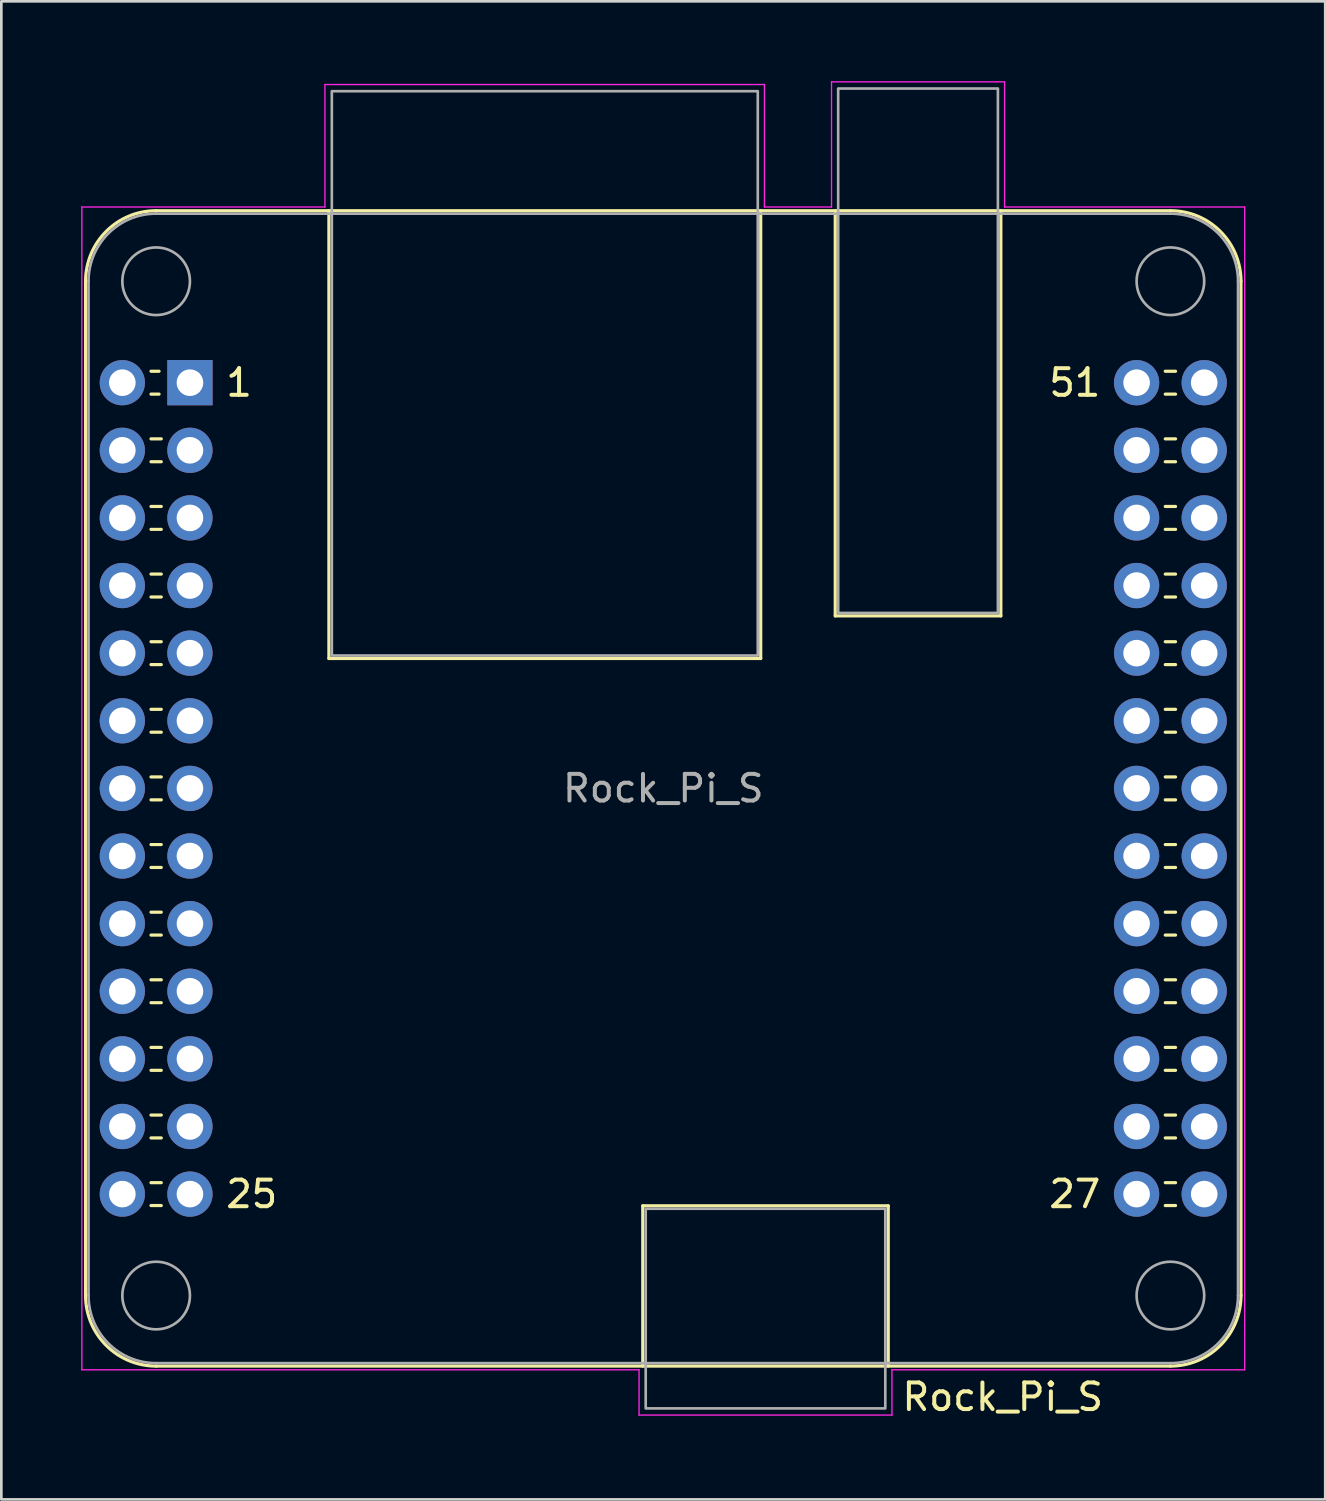
<source format=kicad_pcb>
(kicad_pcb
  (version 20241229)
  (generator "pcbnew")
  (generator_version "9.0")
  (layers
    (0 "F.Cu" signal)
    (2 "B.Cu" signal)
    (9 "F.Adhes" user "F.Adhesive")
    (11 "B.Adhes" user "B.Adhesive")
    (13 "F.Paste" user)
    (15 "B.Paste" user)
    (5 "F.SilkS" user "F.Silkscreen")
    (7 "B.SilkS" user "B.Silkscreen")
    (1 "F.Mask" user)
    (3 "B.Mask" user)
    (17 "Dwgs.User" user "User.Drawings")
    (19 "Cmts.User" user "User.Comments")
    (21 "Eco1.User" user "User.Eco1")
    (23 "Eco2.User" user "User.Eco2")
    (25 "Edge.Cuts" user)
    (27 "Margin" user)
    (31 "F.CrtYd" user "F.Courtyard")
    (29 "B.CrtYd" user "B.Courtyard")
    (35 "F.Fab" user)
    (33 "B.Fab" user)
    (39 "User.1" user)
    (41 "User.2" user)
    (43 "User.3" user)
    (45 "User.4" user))
  (footprint "Rock_Pi_S"
    (layer "F.Cu")
    (at 4.085 11.325)
    (property "Reference" "Rock_Pi_S" (at 17.78 15.24 0) (unlocked yes) (layer "F.Fab") (effects (font (size 1 1) (thickness 0.15))))
    (attr through_hole)
    (fp_line (start -3.92 -3.81) (end -3.92 34.29) (stroke (width 0.12) (type solid)) (layer "F.SilkS"))
    (fp_line (start -1.27 -6.46) (end 36.83 -6.46) (stroke (width 0.12) (type solid)) (layer "F.SilkS"))
    (fp_line (start -1.16 -0.43) (end -1.463 -0.43) (stroke (width 0.12) (type solid)) (layer "F.SilkS"))
    (fp_line (start -1.16 0.43) (end -1.463 0.43) (stroke (width 0.12) (type solid)) (layer "F.SilkS"))
    (fp_line (start -1.077 2.11) (end -1.463 2.11) (stroke (width 0.12) (type solid)) (layer "F.SilkS"))
    (fp_line (start -1.077 2.97) (end -1.463 2.97) (stroke (width 0.12) (type solid)) (layer "F.SilkS"))
    (fp_line (start -1.077 4.65) (end -1.463 4.65) (stroke (width 0.12) (type solid)) (layer "F.SilkS"))
    (fp_line (start -1.077 5.51) (end -1.463 5.51) (stroke (width 0.12) (type solid)) (layer "F.SilkS"))
    (fp_line (start -1.077 7.19) (end -1.463 7.19) (stroke (width 0.12) (type solid)) (layer "F.SilkS"))
    (fp_line (start -1.077 8.05) (end -1.463 8.05) (stroke (width 0.12) (type solid)) (layer "F.SilkS"))
    (fp_line (start -1.077 9.73) (end -1.463 9.73) (stroke (width 0.12) (type solid)) (layer "F.SilkS"))
    (fp_line (start -1.077 10.59) (end -1.463 10.59) (stroke (width 0.12) (type solid)) (layer "F.SilkS"))
    (fp_line (start -1.077 12.27) (end -1.463 12.27) (stroke (width 0.12) (type solid)) (layer "F.SilkS"))
    (fp_line (start -1.077 13.13) (end -1.463 13.13) (stroke (width 0.12) (type solid)) (layer "F.SilkS"))
    (fp_line (start -1.077 14.81) (end -1.463 14.81) (stroke (width 0.12) (type solid)) (layer "F.SilkS"))
    (fp_line (start -1.077 15.67) (end -1.463 15.67) (stroke (width 0.12) (type solid)) (layer "F.SilkS"))
    (fp_line (start -1.077 17.35) (end -1.463 17.35) (stroke (width 0.12) (type solid)) (layer "F.SilkS"))
    (fp_line (start -1.077 18.21) (end -1.463 18.21) (stroke (width 0.12) (type solid)) (layer "F.SilkS"))
    (fp_line (start -1.077 19.89) (end -1.463 19.89) (stroke (width 0.12) (type solid)) (layer "F.SilkS"))
    (fp_line (start -1.077 20.75) (end -1.463 20.75) (stroke (width 0.12) (type solid)) (layer "F.SilkS"))
    (fp_line (start -1.077 22.43) (end -1.463 22.43) (stroke (width 0.12) (type solid)) (layer "F.SilkS"))
    (fp_line (start -1.077 23.29) (end -1.463 23.29) (stroke (width 0.12) (type solid)) (layer "F.SilkS"))
    (fp_line (start -1.077 24.97) (end -1.463 24.97) (stroke (width 0.12) (type solid)) (layer "F.SilkS"))
    (fp_line (start -1.077 25.83) (end -1.463 25.83) (stroke (width 0.12) (type solid)) (layer "F.SilkS"))
    (fp_line (start -1.077 27.51) (end -1.463 27.51) (stroke (width 0.12) (type solid)) (layer "F.SilkS"))
    (fp_line (start -1.077 28.37) (end -1.463 28.37) (stroke (width 0.12) (type solid)) (layer "F.SilkS"))
    (fp_line (start -1.077 30.05) (end -1.463 30.05) (stroke (width 0.12) (type solid)) (layer "F.SilkS"))
    (fp_line (start -1.077 30.91) (end -1.463 30.91) (stroke (width 0.12) (type solid)) (layer "F.SilkS"))
    (fp_line (start 5.22 -6.46) (end 5.22 10.36) (stroke (width 0.12) (type solid)) (layer "F.SilkS"))
    (fp_line (start 5.22 10.36) (end 21.44 10.36) (stroke (width 0.12) (type solid)) (layer "F.SilkS"))
    (fp_line (start 17.01 30.92) (end 26.23 30.92) (stroke (width 0.12) (type solid)) (layer "F.SilkS"))
    (fp_line (start 17.01 36.94) (end 17.01 30.92) (stroke (width 0.12) (type solid)) (layer "F.SilkS"))
    (fp_line (start 21.44 10.36) (end 21.44 -6.46) (stroke (width 0.12) (type solid)) (layer "F.SilkS"))
    (fp_line (start 24.24 -6.46) (end 24.24 8.76) (stroke (width 0.12) (type solid)) (layer "F.SilkS"))
    (fp_line (start 24.24 8.76) (end 30.46 8.76) (stroke (width 0.12) (type solid)) (layer "F.SilkS"))
    (fp_line (start 26.23 30.92) (end 26.23 36.94) (stroke (width 0.12) (type solid)) (layer "F.SilkS"))
    (fp_line (start 30.46 8.76) (end 30.46 -6.46) (stroke (width 0.12) (type solid)) (layer "F.SilkS"))
    (fp_line (start 36.637 -0.43) (end 37.023 -0.43) (stroke (width 0.12) (type solid)) (layer "F.SilkS"))
    (fp_line (start 36.637 0.43) (end 37.023 0.43) (stroke (width 0.12) (type solid)) (layer "F.SilkS"))
    (fp_line (start 36.637 2.11) (end 37.023 2.11) (stroke (width 0.12) (type solid)) (layer "F.SilkS"))
    (fp_line (start 36.637 2.97) (end 37.023 2.97) (stroke (width 0.12) (type solid)) (layer "F.SilkS"))
    (fp_line (start 36.637 4.65) (end 37.023 4.65) (stroke (width 0.12) (type solid)) (layer "F.SilkS"))
    (fp_line (start 36.637 5.51) (end 37.023 5.51) (stroke (width 0.12) (type solid)) (layer "F.SilkS"))
    (fp_line (start 36.637 7.19) (end 37.023 7.19) (stroke (width 0.12) (type solid)) (layer "F.SilkS"))
    (fp_line (start 36.637 8.05) (end 37.023 8.05) (stroke (width 0.12) (type solid)) (layer "F.SilkS"))
    (fp_line (start 36.637 9.73) (end 37.023 9.73) (stroke (width 0.12) (type solid)) (layer "F.SilkS"))
    (fp_line (start 36.637 10.59) (end 37.023 10.59) (stroke (width 0.12) (type solid)) (layer "F.SilkS"))
    (fp_line (start 36.637 12.27) (end 37.023 12.27) (stroke (width 0.12) (type solid)) (layer "F.SilkS"))
    (fp_line (start 36.637 13.13) (end 37.023 13.13) (stroke (width 0.12) (type solid)) (layer "F.SilkS"))
    (fp_line (start 36.637 14.81) (end 37.023 14.81) (stroke (width 0.12) (type solid)) (layer "F.SilkS"))
    (fp_line (start 36.637 15.67) (end 37.023 15.67) (stroke (width 0.12) (type solid)) (layer "F.SilkS"))
    (fp_line (start 36.637 17.35) (end 37.023 17.35) (stroke (width 0.12) (type solid)) (layer "F.SilkS"))
    (fp_line (start 36.637 18.21) (end 37.023 18.21) (stroke (width 0.12) (type solid)) (layer "F.SilkS"))
    (fp_line (start 36.637 19.89) (end 37.023 19.89) (stroke (width 0.12) (type solid)) (layer "F.SilkS"))
    (fp_line (start 36.637 20.75) (end 37.023 20.75) (stroke (width 0.12) (type solid)) (layer "F.SilkS"))
    (fp_line (start 36.637 22.43) (end 37.023 22.43) (stroke (width 0.12) (type solid)) (layer "F.SilkS"))
    (fp_line (start 36.637 23.29) (end 37.023 23.29) (stroke (width 0.12) (type solid)) (layer "F.SilkS"))
    (fp_line (start 36.637 24.97) (end 37.023 24.97) (stroke (width 0.12) (type solid)) (layer "F.SilkS"))
    (fp_line (start 36.637 25.83) (end 37.023 25.83) (stroke (width 0.12) (type solid)) (layer "F.SilkS"))
    (fp_line (start 36.637 27.51) (end 37.023 27.51) (stroke (width 0.12) (type solid)) (layer "F.SilkS"))
    (fp_line (start 36.637 28.37) (end 37.023 28.37) (stroke (width 0.12) (type solid)) (layer "F.SilkS"))
    (fp_line (start 36.637 30.05) (end 37.023 30.05) (stroke (width 0.12) (type solid)) (layer "F.SilkS"))
    (fp_line (start 36.637 30.91) (end 37.023 30.91) (stroke (width 0.12) (type solid)) (layer "F.SilkS"))
    (fp_line (start 36.83 36.94) (end -1.27 36.94) (stroke (width 0.12) (type solid)) (layer "F.SilkS"))
    (fp_line (start 39.48 -3.81) (end 39.48 34.29) (stroke (width 0.12) (type solid)) (layer "F.SilkS"))
    (fp_arc (start -3.92 -3.81) (mid -3.143833 -5.683833) (end -1.27 -6.46) (stroke (width 0.12) (type solid)) (layer "F.SilkS"))
    (fp_arc (start -1.27 36.94) (mid -3.143833 36.163833) (end -3.92 34.29) (stroke (width 0.12) (type solid)) (layer "F.SilkS"))
    (fp_arc (start 36.83 -6.46) (mid 38.703833 -5.683833) (end 39.48 -3.81) (stroke (width 0.12) (type solid)) (layer "F.SilkS"))
    (fp_arc (start 39.48 34.29) (mid 38.703833 36.163833) (end 36.83 36.94) (stroke (width 0.12) (type solid)) (layer "F.SilkS"))
    (fp_line (start -4.06 37.08) (end -4.06 -6.6) (stroke (width 0.05) (type default)) (layer "F.CrtYd"))
    (fp_line (start 5.07 -11.2) (end 5.07 -6.6) (stroke (width 0.05) (type solid)) (layer "F.CrtYd"))
    (fp_line (start 5.07 -6.6) (end -4.06 -6.6) (stroke (width 0.05) (type solid)) (layer "F.CrtYd"))
    (fp_line (start 16.87 37.08) (end -4.06 37.08) (stroke (width 0.05) (type solid)) (layer "F.CrtYd"))
    (fp_line (start 16.87 38.78) (end 16.87 37.08) (stroke (width 0.05) (type solid)) (layer "F.CrtYd"))
    (fp_line (start 21.58 -11.2) (end 5.08 -11.2) (stroke (width 0.05) (type solid)) (layer "F.CrtYd"))
    (fp_line (start 21.58 -6.6) (end 21.58 -11.2) (stroke (width 0.05) (type solid)) (layer "F.CrtYd"))
    (fp_line (start 24.1 -11.3) (end 24.1 -6.6) (stroke (width 0.05) (type solid)) (layer "F.CrtYd"))
    (fp_line (start 24.1 -6.6) (end 21.58 -6.6) (stroke (width 0.05) (type solid)) (layer "F.CrtYd"))
    (fp_line (start 26.37 37.08) (end 26.37 38.78) (stroke (width 0.05) (type solid)) (layer "F.CrtYd"))
    (fp_line (start 26.37 38.78) (end 16.87 38.78) (stroke (width 0.05) (type solid)) (layer "F.CrtYd"))
    (fp_line (start 30.6 -11.3) (end 24.1 -11.3) (stroke (width 0.05) (type solid)) (layer "F.CrtYd"))
    (fp_line (start 30.6 -6.6) (end 30.6 -11.3) (stroke (width 0.05) (type solid)) (layer "F.CrtYd"))
    (fp_line (start 39.62 -6.6) (end 30.6 -6.6) (stroke (width 0.05) (type solid)) (layer "F.CrtYd"))
    (fp_line (start 39.62 -6.6) (end 39.62 37.08) (stroke (width 0.05) (type solid)) (layer "F.CrtYd"))
    (fp_line (start 39.62 37.08) (end 26.37 37.08) (stroke (width 0.05) (type solid)) (layer "F.CrtYd"))
    (fp_line (start -3.81 -3.81) (end -3.81 34.29) (stroke (width 0.1) (type default)) (layer "F.Fab"))
    (fp_line (start -1.27 -6.35) (end 36.83 -6.35) (stroke (width 0.1) (type default)) (layer "F.Fab"))
    (fp_line (start 0.32 -0.32) (end 0.32 0.32) (stroke (width 0.1) (type solid)) (layer "F.Fab"))
    (fp_line (start 0.32 2.22) (end 0.32 2.86) (stroke (width 0.1) (type solid)) (layer "F.Fab"))
    (fp_line (start 0.32 4.76) (end 0.32 5.4) (stroke (width 0.1) (type solid)) (layer "F.Fab"))
    (fp_line (start 0.32 7.3) (end 0.32 7.94) (stroke (width 0.1) (type solid)) (layer "F.Fab"))
    (fp_line (start 0.32 9.84) (end 0.32 10.48) (stroke (width 0.1) (type solid)) (layer "F.Fab"))
    (fp_line (start 0.32 12.38) (end 0.32 13.02) (stroke (width 0.1) (type solid)) (layer "F.Fab"))
    (fp_line (start 0.32 14.92) (end 0.32 15.56) (stroke (width 0.1) (type solid)) (layer "F.Fab"))
    (fp_line (start 0.32 17.46) (end 0.32 18.1) (stroke (width 0.1) (type solid)) (layer "F.Fab"))
    (fp_line (start 0.32 20) (end 0.32 20.64) (stroke (width 0.1) (type solid)) (layer "F.Fab"))
    (fp_line (start 0.32 22.54) (end 0.32 23.18) (stroke (width 0.1) (type solid)) (layer "F.Fab"))
    (fp_line (start 0.32 25.08) (end 0.32 25.72) (stroke (width 0.1) (type solid)) (layer "F.Fab"))
    (fp_line (start 0.32 27.62) (end 0.32 28.26) (stroke (width 0.1) (type solid)) (layer "F.Fab"))
    (fp_line (start 0.32 30.16) (end 0.32 30.8) (stroke (width 0.1) (type solid)) (layer "F.Fab"))
    (fp_line (start 35.24 0.32) (end 35.24 -0.32) (stroke (width 0.1) (type solid)) (layer "F.Fab"))
    (fp_line (start 35.24 2.86) (end 35.24 2.22) (stroke (width 0.1) (type solid)) (layer "F.Fab"))
    (fp_line (start 35.24 5.4) (end 35.24 4.76) (stroke (width 0.1) (type solid)) (layer "F.Fab"))
    (fp_line (start 35.24 7.94) (end 35.24 7.3) (stroke (width 0.1) (type solid)) (layer "F.Fab"))
    (fp_line (start 35.24 10.48) (end 35.24 9.84) (stroke (width 0.1) (type solid)) (layer "F.Fab"))
    (fp_line (start 35.24 13.02) (end 35.24 12.38) (stroke (width 0.1) (type solid)) (layer "F.Fab"))
    (fp_line (start 35.24 15.56) (end 35.24 14.92) (stroke (width 0.1) (type solid)) (layer "F.Fab"))
    (fp_line (start 35.24 18.1) (end 35.24 17.46) (stroke (width 0.1) (type solid)) (layer "F.Fab"))
    (fp_line (start 35.24 20.64) (end 35.24 20) (stroke (width 0.1) (type solid)) (layer "F.Fab"))
    (fp_line (start 35.24 23.18) (end 35.24 22.54) (stroke (width 0.1) (type solid)) (layer "F.Fab"))
    (fp_line (start 35.24 25.72) (end 35.24 25.08) (stroke (width 0.1) (type solid)) (layer "F.Fab"))
    (fp_line (start 35.24 28.26) (end 35.24 27.62) (stroke (width 0.1) (type solid)) (layer "F.Fab"))
    (fp_line (start 35.24 30.8) (end 35.24 30.16) (stroke (width 0.1) (type solid)) (layer "F.Fab"))
    (fp_line (start 36.83 36.83) (end -1.27 36.83) (stroke (width 0.1) (type default)) (layer "F.Fab"))
    (fp_line (start 39.37 -3.81) (end 39.37 34.29) (stroke (width 0.1) (type default)) (layer "F.Fab"))
    (fp_rect (start 5.33 -10.95) (end 21.33 10.25) (stroke (width 0.1) (type solid)) (fill no) (layer "F.Fab"))
    (fp_rect (start 17.12 38.53) (end 26.12 31.03) (stroke (width 0.1) (type solid)) (fill no) (layer "F.Fab"))
    (fp_rect (start 24.35 -11.05) (end 30.35 8.65) (stroke (width 0.1) (type solid)) (fill no) (layer "F.Fab"))
    (fp_arc (start -3.81 -3.81) (mid -3.066051 -5.606051) (end -1.27 -6.35) (stroke (width 0.1) (type default)) (layer "F.Fab"))
    (fp_arc (start -1.27 36.83) (mid -3.066051 36.086051) (end -3.81 34.29) (stroke (width 0.1) (type default)) (layer "F.Fab"))
    (fp_arc (start 36.83 -6.35) (mid 38.626051 -5.606051) (end 39.37 -3.81) (stroke (width 0.1) (type default)) (layer "F.Fab"))
    (fp_arc (start 39.37 34.29) (mid 38.626051 36.086051) (end 36.83 36.83) (stroke (width 0.1) (type default)) (layer "F.Fab"))
    (fp_circle (center -1.27 -3.81) (end 0 -3.81) (stroke (width 0.1) (type default)) (fill no) (layer "F.Fab"))
    (fp_circle (center -1.27 34.29) (end 0 34.29) (stroke (width 0.1) (type default)) (fill no) (layer "F.Fab"))
    (fp_circle (center 36.83 -3.81) (end 38.1 -3.81) (stroke (width 0.1) (type default)) (fill no) (layer "F.Fab"))
    (fp_circle (center 36.83 34.29) (end 38.1 34.29) (stroke (width 0.1) (type default)) (fill no) (layer "F.Fab"))
    (fp_text user "25" (at 1.27 30.48 0) (unlocked yes) (layer "F.SilkS") (effects (font (size 1 1) (thickness 0.15)) (justify left)))
    (fp_text user "27" (at 34.29 30.48 0) (unlocked yes) (layer "F.SilkS") (effects (font (size 1 1) (thickness 0.15)) (justify right)))
    (fp_text user "51" (at 34.29 0 0) (unlocked yes) (layer "F.SilkS") (effects (font (size 1 1) (thickness 0.15)) (justify right)))
    (fp_text user "1" (at 1.27 0 0) (unlocked yes) (layer "F.SilkS") (effects (font (size 1 1) (thickness 0.15)) (justify left)))
    (fp_text user "${REFERENCE}" (at 26.67 38.1 0) (unlocked yes) (layer "F.SilkS") (effects (font (size 1 1) (thickness 0.15)) (justify left)))
    (pad "1" thru_hole rect (at 0 0 180) (size 1.7 1.7) (drill 1) (layers "*.Cu" "*.Mask"))
    (pad "2" thru_hole circle (at -2.54 0 180) (size 1.7 1.7) (drill 1) (layers "*.Cu" "*.Mask"))
    (pad "3" thru_hole circle (at 0 2.54 180) (size 1.7 1.7) (drill 1) (layers "*.Cu" "*.Mask"))
    (pad "4" thru_hole circle (at -2.54 2.54 180) (size 1.7 1.7) (drill 1) (layers "*.Cu" "*.Mask"))
    (pad "5" thru_hole circle (at 0 5.08 180) (size 1.7 1.7) (drill 1) (layers "*.Cu" "*.Mask"))
    (pad "6" thru_hole circle (at -2.54 5.08 180) (size 1.7 1.7) (drill 1) (layers "*.Cu" "*.Mask"))
    (pad "7" thru_hole circle (at 0 7.62 180) (size 1.7 1.7) (drill 1) (layers "*.Cu" "*.Mask"))
    (pad "8" thru_hole circle (at -2.54 7.62 180) (size 1.7 1.7) (drill 1) (layers "*.Cu" "*.Mask"))
    (pad "9" thru_hole circle (at 0 10.16 180) (size 1.7 1.7) (drill 1) (layers "*.Cu" "*.Mask"))
    (pad "10" thru_hole circle (at -2.54 10.16 180) (size 1.7 1.7) (drill 1) (layers "*.Cu" "*.Mask"))
    (pad "11" thru_hole circle (at 0 12.7 180) (size 1.7 1.7) (drill 1) (layers "*.Cu" "*.Mask"))
    (pad "12" thru_hole circle (at -2.54 12.7 180) (size 1.7 1.7) (drill 1) (layers "*.Cu" "*.Mask"))
    (pad "13" thru_hole circle (at 0 15.24 180) (size 1.7 1.7) (drill 1) (layers "*.Cu" "*.Mask"))
    (pad "14" thru_hole circle (at -2.54 15.24 180) (size 1.7 1.7) (drill 1) (layers "*.Cu" "*.Mask"))
    (pad "15" thru_hole circle (at 0 17.78 180) (size 1.7 1.7) (drill 1) (layers "*.Cu" "*.Mask"))
    (pad "16" thru_hole circle (at -2.54 17.78 180) (size 1.7 1.7) (drill 1) (layers "*.Cu" "*.Mask"))
    (pad "17" thru_hole circle (at 0 20.32 180) (size 1.7 1.7) (drill 1) (layers "*.Cu" "*.Mask"))
    (pad "18" thru_hole circle (at -2.54 20.32 180) (size 1.7 1.7) (drill 1) (layers "*.Cu" "*.Mask"))
    (pad "19" thru_hole circle (at 0 22.86 180) (size 1.7 1.7) (drill 1) (layers "*.Cu" "*.Mask"))
    (pad "20" thru_hole circle (at -2.54 22.86 180) (size 1.7 1.7) (drill 1) (layers "*.Cu" "*.Mask"))
    (pad "21" thru_hole circle (at 0 25.4 180) (size 1.7 1.7) (drill 1) (layers "*.Cu" "*.Mask"))
    (pad "22" thru_hole circle (at -2.54 25.4 180) (size 1.7 1.7) (drill 1) (layers "*.Cu" "*.Mask"))
    (pad "23" thru_hole circle (at 0 27.94 180) (size 1.7 1.7) (drill 1) (layers "*.Cu" "*.Mask"))
    (pad "24" thru_hole circle (at -2.54 27.94 180) (size 1.7 1.7) (drill 1) (layers "*.Cu" "*.Mask"))
    (pad "25" thru_hole circle (at 0 30.48 180) (size 1.7 1.7) (drill 1) (layers "*.Cu" "*.Mask"))
    (pad "26" thru_hole circle (at -2.54 30.48 180) (size 1.7 1.7) (drill 1) (layers "*.Cu" "*.Mask"))
    (pad "27" thru_hole circle (at 35.56 30.48) (size 1.7 1.7) (drill 1) (layers "*.Cu" "*.Mask"))
    (pad "28" thru_hole circle (at 38.1 30.48) (size 1.7 1.7) (drill 1) (layers "*.Cu" "*.Mask"))
    (pad "29" thru_hole circle (at 35.56 27.94) (size 1.7 1.7) (drill 1) (layers "*.Cu" "*.Mask"))
    (pad "30" thru_hole circle (at 38.1 27.94) (size 1.7 1.7) (drill 1) (layers "*.Cu" "*.Mask"))
    (pad "31" thru_hole circle (at 35.56 25.4) (size 1.7 1.7) (drill 1) (layers "*.Cu" "*.Mask"))
    (pad "32" thru_hole circle (at 38.1 25.4) (size 1.7 1.7) (drill 1) (layers "*.Cu" "*.Mask"))
    (pad "33" thru_hole circle (at 35.56 22.86) (size 1.7 1.7) (drill 1) (layers "*.Cu" "*.Mask"))
    (pad "34" thru_hole circle (at 38.1 22.86) (size 1.7 1.7) (drill 1) (layers "*.Cu" "*.Mask"))
    (pad "35" thru_hole circle (at 35.56 20.32) (size 1.7 1.7) (drill 1) (layers "*.Cu" "*.Mask"))
    (pad "36" thru_hole circle (at 38.1 20.32) (size 1.7 1.7) (drill 1) (layers "*.Cu" "*.Mask"))
    (pad "37" thru_hole circle (at 35.56 17.78) (size 1.7 1.7) (drill 1) (layers "*.Cu" "*.Mask"))
    (pad "38" thru_hole circle (at 38.1 17.78) (size 1.7 1.7) (drill 1) (layers "*.Cu" "*.Mask"))
    (pad "39" thru_hole circle (at 35.56 15.24) (size 1.7 1.7) (drill 1) (layers "*.Cu" "*.Mask"))
    (pad "40" thru_hole circle (at 38.1 15.24) (size 1.7 1.7) (drill 1) (layers "*.Cu" "*.Mask"))
    (pad "41" thru_hole circle (at 35.56 12.7) (size 1.7 1.7) (drill 1) (layers "*.Cu" "*.Mask"))
    (pad "42" thru_hole circle (at 38.1 12.7) (size 1.7 1.7) (drill 1) (layers "*.Cu" "*.Mask"))
    (pad "43" thru_hole circle (at 35.56 10.16) (size 1.7 1.7) (drill 1) (layers "*.Cu" "*.Mask"))
    (pad "44" thru_hole circle (at 38.1 10.16) (size 1.7 1.7) (drill 1) (layers "*.Cu" "*.Mask"))
    (pad "45" thru_hole circle (at 35.56 7.62) (size 1.7 1.7) (drill 1) (layers "*.Cu" "*.Mask"))
    (pad "46" thru_hole circle (at 38.1 7.62) (size 1.7 1.7) (drill 1) (layers "*.Cu" "*.Mask"))
    (pad "47" thru_hole circle (at 35.56 5.08) (size 1.7 1.7) (drill 1) (layers "*.Cu" "*.Mask"))
    (pad "48" thru_hole circle (at 38.1 5.08) (size 1.7 1.7) (drill 1) (layers "*.Cu" "*.Mask"))
    (pad "49" thru_hole circle (at 35.56 2.54) (size 1.7 1.7) (drill 1) (layers "*.Cu" "*.Mask"))
    (pad "50" thru_hole circle (at 38.1 2.54) (size 1.7 1.7) (drill 1) (layers "*.Cu" "*.Mask"))
    (pad "51" thru_hole circle (at 35.56 0) (size 1.7 1.7) (drill 1) (layers "*.Cu" "*.Mask"))
    (pad "52" thru_hole circle (at 38.1 0) (size 1.7 1.7) (drill 1) (layers "*.Cu" "*.Mask")))
  (gr_rect
    (start -3 -3)
    (end 46.73 53.273)
    (stroke (width 0.1) (type default))
    (fill no)
    (layer "Edge.Cuts")))
</source>
